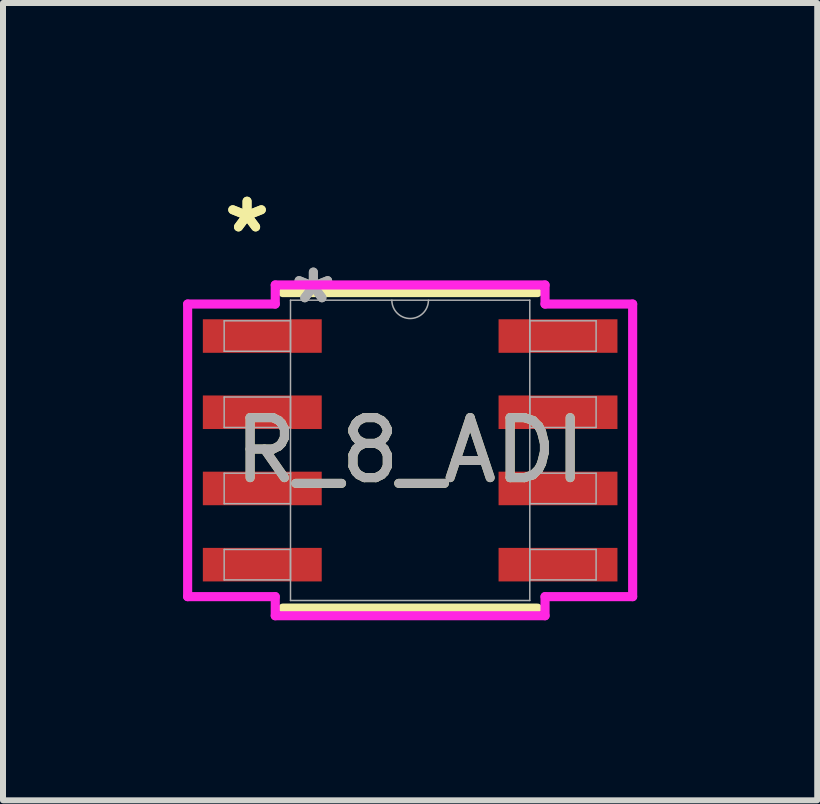
<source format=kicad_pcb>
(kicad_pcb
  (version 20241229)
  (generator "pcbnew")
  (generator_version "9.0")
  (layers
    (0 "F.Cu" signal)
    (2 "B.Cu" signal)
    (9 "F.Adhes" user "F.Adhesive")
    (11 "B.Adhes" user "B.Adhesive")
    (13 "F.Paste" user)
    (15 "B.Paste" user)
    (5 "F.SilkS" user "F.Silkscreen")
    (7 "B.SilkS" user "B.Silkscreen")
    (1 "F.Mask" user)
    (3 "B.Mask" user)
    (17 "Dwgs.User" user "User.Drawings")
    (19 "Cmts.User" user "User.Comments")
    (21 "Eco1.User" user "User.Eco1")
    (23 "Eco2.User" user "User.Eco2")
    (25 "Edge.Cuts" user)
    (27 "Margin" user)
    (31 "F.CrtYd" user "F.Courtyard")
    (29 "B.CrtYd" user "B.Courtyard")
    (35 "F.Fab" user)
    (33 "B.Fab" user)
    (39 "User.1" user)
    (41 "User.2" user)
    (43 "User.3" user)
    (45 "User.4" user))
  (footprint "R_8_ADI"
    (layer "F.Cu")
    (at 3.785 4.455)
    (property "Reference" "R_8_ADI" (at 0 0 0) (unlocked yes) (layer "F.SilkS") (effects (font (size 1 1) (thickness 0.15))))
    (attr smd)
    (fp_line (start -2.121 2.629) (end 2.121 2.629) (stroke (width 0.152) (type solid)) (layer "F.SilkS"))
    (fp_line (start 2.121 -2.629) (end -2.121 -2.629) (stroke (width 0.152) (type solid)) (layer "F.SilkS"))
    (fp_line (start -3.708 -2.438) (end -2.248 -2.438) (stroke (width 0.152) (type solid)) (layer "F.CrtYd"))
    (fp_line (start -3.708 2.438) (end -3.708 -2.438) (stroke (width 0.152) (type solid)) (layer "F.CrtYd"))
    (fp_line (start -3.708 2.438) (end -2.248 2.438) (stroke (width 0.152) (type solid)) (layer "F.CrtYd"))
    (fp_line (start -2.248 -2.756) (end 2.248 -2.756) (stroke (width 0.152) (type solid)) (layer "F.CrtYd"))
    (fp_line (start -2.248 -2.438) (end -2.248 -2.756) (stroke (width 0.152) (type solid)) (layer "F.CrtYd"))
    (fp_line (start -2.248 2.756) (end -2.248 2.438) (stroke (width 0.152) (type solid)) (layer "F.CrtYd"))
    (fp_line (start 2.248 -2.756) (end 2.248 -2.438) (stroke (width 0.152) (type solid)) (layer "F.CrtYd"))
    (fp_line (start 2.248 2.438) (end 2.248 2.756) (stroke (width 0.152) (type solid)) (layer "F.CrtYd"))
    (fp_line (start 2.248 2.756) (end -2.248 2.756) (stroke (width 0.152) (type solid)) (layer "F.CrtYd"))
    (fp_line (start 3.708 -2.438) (end 2.248 -2.438) (stroke (width 0.152) (type solid)) (layer "F.CrtYd"))
    (fp_line (start 3.708 -2.438) (end 3.708 2.438) (stroke (width 0.152) (type solid)) (layer "F.CrtYd"))
    (fp_line (start 3.708 2.438) (end 2.248 2.438) (stroke (width 0.152) (type solid)) (layer "F.CrtYd"))
    (fp_line (start -3.099 -2.159) (end -3.099 -1.651) (stroke (width 0.025) (type solid)) (layer "F.Fab"))
    (fp_line (start -3.099 -1.651) (end -1.994 -1.651) (stroke (width 0.025) (type solid)) (layer "F.Fab"))
    (fp_line (start -3.099 -0.889) (end -3.099 -0.381) (stroke (width 0.025) (type solid)) (layer "F.Fab"))
    (fp_line (start -3.099 -0.381) (end -1.994 -0.381) (stroke (width 0.025) (type solid)) (layer "F.Fab"))
    (fp_line (start -3.099 0.381) (end -3.099 0.889) (stroke (width 0.025) (type solid)) (layer "F.Fab"))
    (fp_line (start -3.099 0.889) (end -1.994 0.889) (stroke (width 0.025) (type solid)) (layer "F.Fab"))
    (fp_line (start -3.099 1.651) (end -3.099 2.159) (stroke (width 0.025) (type solid)) (layer "F.Fab"))
    (fp_line (start -3.099 2.159) (end -1.994 2.159) (stroke (width 0.025) (type solid)) (layer "F.Fab"))
    (fp_line (start -1.994 -2.502) (end -1.994 2.502) (stroke (width 0.025) (type solid)) (layer "F.Fab"))
    (fp_line (start -1.994 -2.159) (end -3.099 -2.159) (stroke (width 0.025) (type solid)) (layer "F.Fab"))
    (fp_line (start -1.994 -1.651) (end -1.994 -2.159) (stroke (width 0.025) (type solid)) (layer "F.Fab"))
    (fp_line (start -1.994 -0.889) (end -3.099 -0.889) (stroke (width 0.025) (type solid)) (layer "F.Fab"))
    (fp_line (start -1.994 -0.381) (end -1.994 -0.889) (stroke (width 0.025) (type solid)) (layer "F.Fab"))
    (fp_line (start -1.994 0.381) (end -3.099 0.381) (stroke (width 0.025) (type solid)) (layer "F.Fab"))
    (fp_line (start -1.994 0.889) (end -1.994 0.381) (stroke (width 0.025) (type solid)) (layer "F.Fab"))
    (fp_line (start -1.994 1.651) (end -3.099 1.651) (stroke (width 0.025) (type solid)) (layer "F.Fab"))
    (fp_line (start -1.994 2.159) (end -1.994 1.651) (stroke (width 0.025) (type solid)) (layer "F.Fab"))
    (fp_line (start -1.994 2.502) (end 1.994 2.502) (stroke (width 0.025) (type solid)) (layer "F.Fab"))
    (fp_line (start 1.994 -2.502) (end -1.994 -2.502) (stroke (width 0.025) (type solid)) (layer "F.Fab"))
    (fp_line (start 1.994 -2.159) (end 1.994 -1.651) (stroke (width 0.025) (type solid)) (layer "F.Fab"))
    (fp_line (start 1.994 -1.651) (end 3.099 -1.651) (stroke (width 0.025) (type solid)) (layer "F.Fab"))
    (fp_line (start 1.994 -0.889) (end 1.994 -0.381) (stroke (width 0.025) (type solid)) (layer "F.Fab"))
    (fp_line (start 1.994 -0.381) (end 3.099 -0.381) (stroke (width 0.025) (type solid)) (layer "F.Fab"))
    (fp_line (start 1.994 0.381) (end 1.994 0.889) (stroke (width 0.025) (type solid)) (layer "F.Fab"))
    (fp_line (start 1.994 0.889) (end 3.099 0.889) (stroke (width 0.025) (type solid)) (layer "F.Fab"))
    (fp_line (start 1.994 1.651) (end 1.994 2.159) (stroke (width 0.025) (type solid)) (layer "F.Fab"))
    (fp_line (start 1.994 2.159) (end 3.099 2.159) (stroke (width 0.025) (type solid)) (layer "F.Fab"))
    (fp_line (start 1.994 2.502) (end 1.994 -2.502) (stroke (width 0.025) (type solid)) (layer "F.Fab"))
    (fp_line (start 3.099 -2.159) (end 1.994 -2.159) (stroke (width 0.025) (type solid)) (layer "F.Fab"))
    (fp_line (start 3.099 -1.651) (end 3.099 -2.159) (stroke (width 0.025) (type solid)) (layer "F.Fab"))
    (fp_line (start 3.099 -0.889) (end 1.994 -0.889) (stroke (width 0.025) (type solid)) (layer "F.Fab"))
    (fp_line (start 3.099 -0.381) (end 3.099 -0.889) (stroke (width 0.025) (type solid)) (layer "F.Fab"))
    (fp_line (start 3.099 0.381) (end 1.994 0.381) (stroke (width 0.025) (type solid)) (layer "F.Fab"))
    (fp_line (start 3.099 0.889) (end 3.099 0.381) (stroke (width 0.025) (type solid)) (layer "F.Fab"))
    (fp_line (start 3.099 1.651) (end 1.994 1.651) (stroke (width 0.025) (type solid)) (layer "F.Fab"))
    (fp_line (start 3.099 2.159) (end 3.099 1.651) (stroke (width 0.025) (type solid)) (layer "F.Fab"))
    (fp_arc (start 0.3048 -2.5019) (mid 0 -2.1971) (end -0.3048 -2.5019) (stroke (width 0.0254) (type solid)) (layer "F.Fab"))
    (fp_text user "*" (at -2.718 -3.607 0) (unlocked yes) (layer "F.SilkS") (effects (font (size 1 1) (thickness 0.15))))
    (fp_text user "*" (at -2.718 -3.607 0) (layer "F.SilkS") (effects (font (size 1 1) (thickness 0.15))))
    (fp_text user "*" (at -1.613 -2.426 0) (unlocked yes) (layer "F.Fab") (effects (font (size 1 1) (thickness 0.15))))
    (fp_text user "${REFERENCE}" (at 0 0 0) (unlocked yes) (layer "F.Fab") (effects (font (size 1 1) (thickness 0.15))))
    (fp_text user "*" (at -1.613 -2.426 0) (layer "F.Fab") (effects (font (size 1 1) (thickness 0.15))))
    (pad "1" smd rect (at -2.464 -1.905) (size 1.981 0.559) (layers "F.Cu" "F.Mask" "F.Paste"))
    (pad "2" smd rect (at -2.464 -0.635) (size 1.981 0.559) (layers "F.Cu" "F.Mask" "F.Paste"))
    (pad "3" smd rect (at -2.464 0.635) (size 1.981 0.559) (layers "F.Cu" "F.Mask" "F.Paste"))
    (pad "4" smd rect (at -2.464 1.905) (size 1.981 0.559) (layers "F.Cu" "F.Mask" "F.Paste"))
    (pad "5" smd rect (at 2.464 1.905) (size 1.981 0.559) (layers "F.Cu" "F.Mask" "F.Paste"))
    (pad "6" smd rect (at 2.464 0.635) (size 1.981 0.559) (layers "F.Cu" "F.Mask" "F.Paste"))
    (pad "7" smd rect (at 2.464 -0.635) (size 1.981 0.559) (layers "F.Cu" "F.Mask" "F.Paste"))
    (pad "8" smd rect (at 2.464 -1.905) (size 1.981 0.559) (layers "F.Cu" "F.Mask" "F.Paste")))
  (gr_rect
    (start -3 -3)
    (end 10.569 10.287)
    (stroke (width 0.1) (type default))
    (fill no)
    (layer "Edge.Cuts")))
</source>
